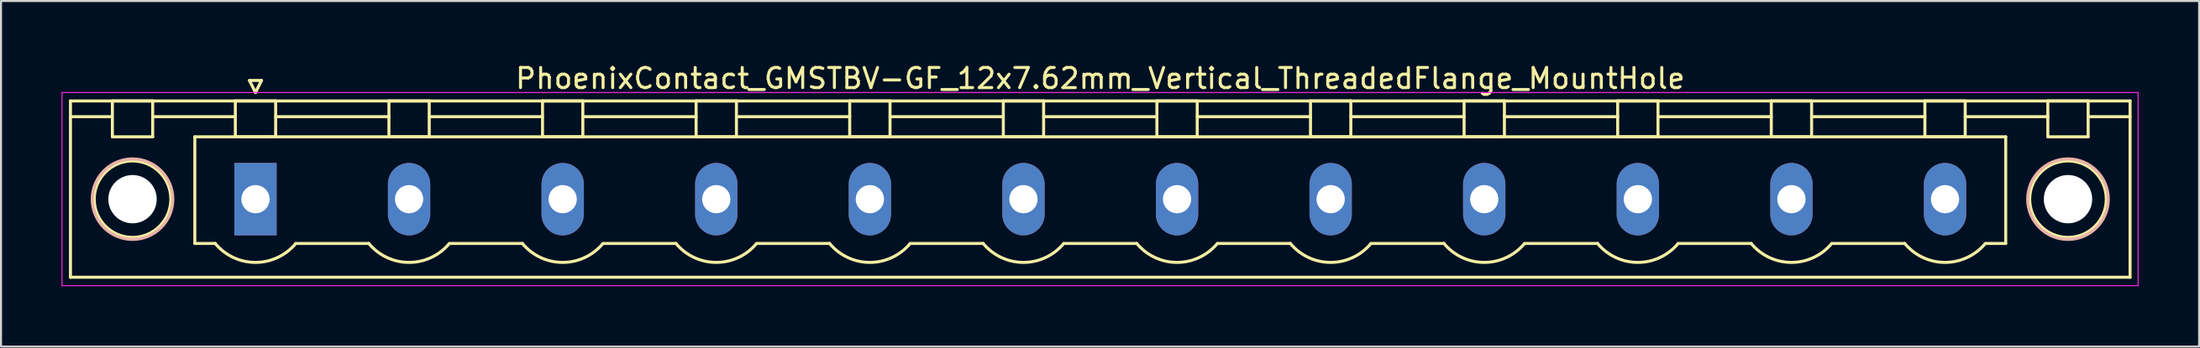
<source format=kicad_pcb>
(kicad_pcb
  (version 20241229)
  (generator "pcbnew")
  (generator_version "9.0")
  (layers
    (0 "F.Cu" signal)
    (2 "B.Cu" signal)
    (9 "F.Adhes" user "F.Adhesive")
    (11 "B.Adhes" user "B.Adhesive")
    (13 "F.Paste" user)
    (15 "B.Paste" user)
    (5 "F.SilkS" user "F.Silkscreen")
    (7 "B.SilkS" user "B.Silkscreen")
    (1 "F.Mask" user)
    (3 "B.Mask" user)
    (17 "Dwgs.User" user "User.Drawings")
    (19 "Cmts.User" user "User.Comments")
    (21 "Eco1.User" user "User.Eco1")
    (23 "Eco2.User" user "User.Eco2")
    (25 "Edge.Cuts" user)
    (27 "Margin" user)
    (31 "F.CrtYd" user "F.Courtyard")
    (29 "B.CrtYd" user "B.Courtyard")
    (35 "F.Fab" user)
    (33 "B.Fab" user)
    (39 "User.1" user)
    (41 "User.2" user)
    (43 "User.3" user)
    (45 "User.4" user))
  (footprint "PhoenixContact_GMSTBV-GF_12x7.62mm_Vertical_ThreadedFlange_MountHole"
    (layer "F.Cu")
    (at 9.625 6.848)
    (property "Reference" "PhoenixContact_GMSTBV-GF_12x7.62mm_Vertical_ThreadedFlange_MountHole" (at 41.91 -6 0) (layer "F.SilkS") (effects (font (size 1 1) (thickness 0.15))))
    (attr through_hole)
    (fp_line (start -9.18 -4.88) (end -9.18 3.88) (stroke (width 0.15) (type solid)) (layer "F.SilkS"))
    (fp_line (start -9.18 -4.1) (end -7.18 -4.1) (stroke (width 0.15) (type solid)) (layer "F.SilkS"))
    (fp_line (start -9.18 3.88) (end 93 3.88) (stroke (width 0.15) (type solid)) (layer "F.SilkS"))
    (fp_line (start -7.1 -4.88) (end -5.1 -4.88) (stroke (width 0.15) (type solid)) (layer "F.SilkS"))
    (fp_line (start -7.1 -3.1) (end -7.1 -4.88) (stroke (width 0.15) (type solid)) (layer "F.SilkS"))
    (fp_line (start -5.1 -4.88) (end -5.1 -3.1) (stroke (width 0.15) (type solid)) (layer "F.SilkS"))
    (fp_line (start -5.1 -4.1) (end -1 -4.1) (stroke (width 0.15) (type solid)) (layer "F.SilkS"))
    (fp_line (start -5.1 -3.1) (end -7.1 -3.1) (stroke (width 0.15) (type solid)) (layer "F.SilkS"))
    (fp_line (start -3.01 -3.1) (end 86.83 -3.1) (stroke (width 0.15) (type solid)) (layer "F.SilkS"))
    (fp_line (start -3.01 2.2) (end -3.01 -3.1) (stroke (width 0.15) (type solid)) (layer "F.SilkS"))
    (fp_line (start -2 2.2) (end -3.01 2.2) (stroke (width 0.15) (type solid)) (layer "F.SilkS"))
    (fp_line (start -1 -4.88) (end 1 -4.88) (stroke (width 0.15) (type solid)) (layer "F.SilkS"))
    (fp_line (start -1 -3.1) (end -1 -4.88) (stroke (width 0.15) (type solid)) (layer "F.SilkS"))
    (fp_line (start -0.3 -5.9) (end 0 -5.3) (stroke (width 0.15) (type solid)) (layer "F.SilkS"))
    (fp_line (start 0 -5.3) (end 0.3 -5.9) (stroke (width 0.15) (type solid)) (layer "F.SilkS"))
    (fp_line (start 0.3 -5.9) (end -0.3 -5.9) (stroke (width 0.15) (type solid)) (layer "F.SilkS"))
    (fp_line (start 1 -4.88) (end 1 -3.1) (stroke (width 0.15) (type solid)) (layer "F.SilkS"))
    (fp_line (start 1 -4.1) (end 6.62 -4.1) (stroke (width 0.15) (type solid)) (layer "F.SilkS"))
    (fp_line (start 1 -3.1) (end -1 -3.1) (stroke (width 0.15) (type solid)) (layer "F.SilkS"))
    (fp_line (start 2 2.2) (end 5.62 2.2) (stroke (width 0.15) (type solid)) (layer "F.SilkS"))
    (fp_line (start 6.62 -4.88) (end 8.62 -4.88) (stroke (width 0.15) (type solid)) (layer "F.SilkS"))
    (fp_line (start 6.62 -3.1) (end 6.62 -4.88) (stroke (width 0.15) (type solid)) (layer "F.SilkS"))
    (fp_line (start 8.62 -4.88) (end 8.62 -3.1) (stroke (width 0.15) (type solid)) (layer "F.SilkS"))
    (fp_line (start 8.62 -4.1) (end 14.24 -4.1) (stroke (width 0.15) (type solid)) (layer "F.SilkS"))
    (fp_line (start 8.62 -3.1) (end 6.62 -3.1) (stroke (width 0.15) (type solid)) (layer "F.SilkS"))
    (fp_line (start 9.62 2.2) (end 13.24 2.2) (stroke (width 0.15) (type solid)) (layer "F.SilkS"))
    (fp_line (start 14.24 -4.88) (end 16.24 -4.88) (stroke (width 0.15) (type solid)) (layer "F.SilkS"))
    (fp_line (start 14.24 -3.1) (end 14.24 -4.88) (stroke (width 0.15) (type solid)) (layer "F.SilkS"))
    (fp_line (start 16.24 -4.88) (end 16.24 -3.1) (stroke (width 0.15) (type solid)) (layer "F.SilkS"))
    (fp_line (start 16.24 -4.1) (end 21.86 -4.1) (stroke (width 0.15) (type solid)) (layer "F.SilkS"))
    (fp_line (start 16.24 -3.1) (end 14.24 -3.1) (stroke (width 0.15) (type solid)) (layer "F.SilkS"))
    (fp_line (start 17.24 2.2) (end 20.86 2.2) (stroke (width 0.15) (type solid)) (layer "F.SilkS"))
    (fp_line (start 21.86 -4.88) (end 23.86 -4.88) (stroke (width 0.15) (type solid)) (layer "F.SilkS"))
    (fp_line (start 21.86 -3.1) (end 21.86 -4.88) (stroke (width 0.15) (type solid)) (layer "F.SilkS"))
    (fp_line (start 23.86 -4.88) (end 23.86 -3.1) (stroke (width 0.15) (type solid)) (layer "F.SilkS"))
    (fp_line (start 23.86 -4.1) (end 29.48 -4.1) (stroke (width 0.15) (type solid)) (layer "F.SilkS"))
    (fp_line (start 23.86 -3.1) (end 21.86 -3.1) (stroke (width 0.15) (type solid)) (layer "F.SilkS"))
    (fp_line (start 24.86 2.2) (end 28.48 2.2) (stroke (width 0.15) (type solid)) (layer "F.SilkS"))
    (fp_line (start 29.48 -4.88) (end 31.48 -4.88) (stroke (width 0.15) (type solid)) (layer "F.SilkS"))
    (fp_line (start 29.48 -3.1) (end 29.48 -4.88) (stroke (width 0.15) (type solid)) (layer "F.SilkS"))
    (fp_line (start 31.48 -4.88) (end 31.48 -3.1) (stroke (width 0.15) (type solid)) (layer "F.SilkS"))
    (fp_line (start 31.48 -4.1) (end 37.1 -4.1) (stroke (width 0.15) (type solid)) (layer "F.SilkS"))
    (fp_line (start 31.48 -3.1) (end 29.48 -3.1) (stroke (width 0.15) (type solid)) (layer "F.SilkS"))
    (fp_line (start 32.48 2.2) (end 36.1 2.2) (stroke (width 0.15) (type solid)) (layer "F.SilkS"))
    (fp_line (start 37.1 -4.88) (end 39.1 -4.88) (stroke (width 0.15) (type solid)) (layer "F.SilkS"))
    (fp_line (start 37.1 -3.1) (end 37.1 -4.88) (stroke (width 0.15) (type solid)) (layer "F.SilkS"))
    (fp_line (start 39.1 -4.88) (end 39.1 -3.1) (stroke (width 0.15) (type solid)) (layer "F.SilkS"))
    (fp_line (start 39.1 -4.1) (end 44.72 -4.1) (stroke (width 0.15) (type solid)) (layer "F.SilkS"))
    (fp_line (start 39.1 -3.1) (end 37.1 -3.1) (stroke (width 0.15) (type solid)) (layer "F.SilkS"))
    (fp_line (start 40.1 2.2) (end 43.72 2.2) (stroke (width 0.15) (type solid)) (layer "F.SilkS"))
    (fp_line (start 44.72 -4.88) (end 46.72 -4.88) (stroke (width 0.15) (type solid)) (layer "F.SilkS"))
    (fp_line (start 44.72 -3.1) (end 44.72 -4.88) (stroke (width 0.15) (type solid)) (layer "F.SilkS"))
    (fp_line (start 46.72 -4.88) (end 46.72 -3.1) (stroke (width 0.15) (type solid)) (layer "F.SilkS"))
    (fp_line (start 46.72 -4.1) (end 52.34 -4.1) (stroke (width 0.15) (type solid)) (layer "F.SilkS"))
    (fp_line (start 46.72 -3.1) (end 44.72 -3.1) (stroke (width 0.15) (type solid)) (layer "F.SilkS"))
    (fp_line (start 47.72 2.2) (end 51.34 2.2) (stroke (width 0.15) (type solid)) (layer "F.SilkS"))
    (fp_line (start 52.34 -4.88) (end 54.34 -4.88) (stroke (width 0.15) (type solid)) (layer "F.SilkS"))
    (fp_line (start 52.34 -3.1) (end 52.34 -4.88) (stroke (width 0.15) (type solid)) (layer "F.SilkS"))
    (fp_line (start 54.34 -4.88) (end 54.34 -3.1) (stroke (width 0.15) (type solid)) (layer "F.SilkS"))
    (fp_line (start 54.34 -4.1) (end 59.96 -4.1) (stroke (width 0.15) (type solid)) (layer "F.SilkS"))
    (fp_line (start 54.34 -3.1) (end 52.34 -3.1) (stroke (width 0.15) (type solid)) (layer "F.SilkS"))
    (fp_line (start 55.34 2.2) (end 58.96 2.2) (stroke (width 0.15) (type solid)) (layer "F.SilkS"))
    (fp_line (start 59.96 -4.88) (end 61.96 -4.88) (stroke (width 0.15) (type solid)) (layer "F.SilkS"))
    (fp_line (start 59.96 -3.1) (end 59.96 -4.88) (stroke (width 0.15) (type solid)) (layer "F.SilkS"))
    (fp_line (start 61.96 -4.88) (end 61.96 -3.1) (stroke (width 0.15) (type solid)) (layer "F.SilkS"))
    (fp_line (start 61.96 -4.1) (end 67.58 -4.1) (stroke (width 0.15) (type solid)) (layer "F.SilkS"))
    (fp_line (start 61.96 -3.1) (end 59.96 -3.1) (stroke (width 0.15) (type solid)) (layer "F.SilkS"))
    (fp_line (start 62.96 2.2) (end 66.58 2.2) (stroke (width 0.15) (type solid)) (layer "F.SilkS"))
    (fp_line (start 67.58 -4.88) (end 69.58 -4.88) (stroke (width 0.15) (type solid)) (layer "F.SilkS"))
    (fp_line (start 67.58 -3.1) (end 67.58 -4.88) (stroke (width 0.15) (type solid)) (layer "F.SilkS"))
    (fp_line (start 69.58 -4.88) (end 69.58 -3.1) (stroke (width 0.15) (type solid)) (layer "F.SilkS"))
    (fp_line (start 69.58 -4.1) (end 75.2 -4.1) (stroke (width 0.15) (type solid)) (layer "F.SilkS"))
    (fp_line (start 69.58 -3.1) (end 67.58 -3.1) (stroke (width 0.15) (type solid)) (layer "F.SilkS"))
    (fp_line (start 70.58 2.2) (end 74.2 2.2) (stroke (width 0.15) (type solid)) (layer "F.SilkS"))
    (fp_line (start 75.2 -4.88) (end 77.2 -4.88) (stroke (width 0.15) (type solid)) (layer "F.SilkS"))
    (fp_line (start 75.2 -3.1) (end 75.2 -4.88) (stroke (width 0.15) (type solid)) (layer "F.SilkS"))
    (fp_line (start 77.2 -4.88) (end 77.2 -3.1) (stroke (width 0.15) (type solid)) (layer "F.SilkS"))
    (fp_line (start 77.2 -4.1) (end 82.82 -4.1) (stroke (width 0.15) (type solid)) (layer "F.SilkS"))
    (fp_line (start 77.2 -3.1) (end 75.2 -3.1) (stroke (width 0.15) (type solid)) (layer "F.SilkS"))
    (fp_line (start 78.2 2.2) (end 81.82 2.2) (stroke (width 0.15) (type solid)) (layer "F.SilkS"))
    (fp_line (start 82.82 -4.88) (end 84.82 -4.88) (stroke (width 0.15) (type solid)) (layer "F.SilkS"))
    (fp_line (start 82.82 -3.1) (end 82.82 -4.88) (stroke (width 0.15) (type solid)) (layer "F.SilkS"))
    (fp_line (start 84.82 -4.88) (end 84.82 -3.1) (stroke (width 0.15) (type solid)) (layer "F.SilkS"))
    (fp_line (start 84.82 -4.1) (end 88.92 -4.1) (stroke (width 0.15) (type solid)) (layer "F.SilkS"))
    (fp_line (start 84.82 -3.1) (end 82.82 -3.1) (stroke (width 0.15) (type solid)) (layer "F.SilkS"))
    (fp_line (start 86.83 -3.1) (end 86.83 2.2) (stroke (width 0.15) (type solid)) (layer "F.SilkS"))
    (fp_line (start 86.83 2.2) (end 85.82 2.2) (stroke (width 0.15) (type solid)) (layer "F.SilkS"))
    (fp_line (start 88.92 -4.88) (end 90.92 -4.88) (stroke (width 0.15) (type solid)) (layer "F.SilkS"))
    (fp_line (start 88.92 -3.1) (end 88.92 -4.88) (stroke (width 0.15) (type solid)) (layer "F.SilkS"))
    (fp_line (start 90.92 -4.88) (end 90.92 -3.1) (stroke (width 0.15) (type solid)) (layer "F.SilkS"))
    (fp_line (start 90.92 -3.1) (end 88.92 -3.1) (stroke (width 0.15) (type solid)) (layer "F.SilkS"))
    (fp_line (start 93 -4.88) (end -9.18 -4.88) (stroke (width 0.15) (type solid)) (layer "F.SilkS"))
    (fp_line (start 93 -4.1) (end 91 -4.1) (stroke (width 0.15) (type solid)) (layer "F.SilkS"))
    (fp_line (start 93 3.88) (end 93 -4.88) (stroke (width 0.15) (type solid)) (layer "F.SilkS"))
    (fp_arc (start 1.986842 2.215821) (mid -0.010289 3.142758) (end -2 2.2) (stroke (width 0.15) (type solid)) (layer "F.SilkS"))
    (fp_arc (start 9.606842 2.215821) (mid 7.609711 3.142758) (end 5.62 2.2) (stroke (width 0.15) (type solid)) (layer "F.SilkS"))
    (fp_arc (start 17.226842 2.215821) (mid 15.229711 3.142758) (end 13.24 2.2) (stroke (width 0.15) (type solid)) (layer "F.SilkS"))
    (fp_arc (start 24.846842 2.215821) (mid 22.849711 3.142758) (end 20.86 2.2) (stroke (width 0.15) (type solid)) (layer "F.SilkS"))
    (fp_arc (start 32.466842 2.215821) (mid 30.469711 3.142758) (end 28.48 2.2) (stroke (width 0.15) (type solid)) (layer "F.SilkS"))
    (fp_arc (start 40.086842 2.215821) (mid 38.089711 3.142758) (end 36.1 2.2) (stroke (width 0.15) (type solid)) (layer "F.SilkS"))
    (fp_arc (start 47.706842 2.215821) (mid 45.709711 3.142758) (end 43.72 2.2) (stroke (width 0.15) (type solid)) (layer "F.SilkS"))
    (fp_arc (start 55.326842 2.215821) (mid 53.329711 3.142758) (end 51.34 2.2) (stroke (width 0.15) (type solid)) (layer "F.SilkS"))
    (fp_arc (start 62.946842 2.215821) (mid 60.949711 3.142758) (end 58.96 2.2) (stroke (width 0.15) (type solid)) (layer "F.SilkS"))
    (fp_arc (start 70.566842 2.215821) (mid 68.569711 3.142758) (end 66.58 2.2) (stroke (width 0.15) (type solid)) (layer "F.SilkS"))
    (fp_arc (start 78.186842 2.215821) (mid 76.189711 3.142758) (end 74.2 2.2) (stroke (width 0.15) (type solid)) (layer "F.SilkS"))
    (fp_arc (start 85.806842 2.215821) (mid 83.809711 3.142758) (end 81.82 2.2) (stroke (width 0.15) (type solid)) (layer "F.SilkS"))
    (fp_circle (center -6.1 0) (end -4.2 0) (stroke (width 0.15) (type solid)) (fill no) (layer "F.SilkS"))
    (fp_circle (center 89.92 0) (end 91.82 0) (stroke (width 0.15) (type solid)) (fill no) (layer "F.SilkS"))
    (fp_circle (center -6.1 0) (end -4.1 0) (stroke (width 0.15) (type solid)) (fill no) (layer "B.SilkS"))
    (fp_circle (center 89.92 0) (end 91.92 0) (stroke (width 0.15) (type solid)) (fill no) (layer "B.SilkS"))
    (fp_line (start -9.6 -5.3) (end -9.6 4.3) (stroke (width 0.05) (type solid)) (layer "F.CrtYd"))
    (fp_line (start -9.6 4.3) (end 93.4 4.3) (stroke (width 0.05) (type solid)) (layer "F.CrtYd"))
    (fp_line (start 93.4 -5.3) (end -9.6 -5.3) (stroke (width 0.05) (type solid)) (layer "F.CrtYd"))
    (fp_line (start 93.4 4.3) (end 93.4 -5.3) (stroke (width 0.05) (type solid)) (layer "F.CrtYd"))
    (pad "" np_thru_hole circle (at -6.1 0) (size 2.4 2.4) (drill 2.4) (layers "*.Cu" "*.Mask"))
    (pad "" np_thru_hole circle (at 89.92 0) (size 2.4 2.4) (drill 2.4) (layers "*.Cu" "*.Mask"))
    (pad "1" thru_hole rect (at 0 0) (size 2.1 3.6) (drill 1.4) (layers "*.Cu" "*.Mask"))
    (pad "2" thru_hole oval (at 7.62 0) (size 2.1 3.6) (drill 1.4) (layers "*.Cu" "*.Mask"))
    (pad "3" thru_hole oval (at 15.24 0) (size 2.1 3.6) (drill 1.4) (layers "*.Cu" "*.Mask"))
    (pad "4" thru_hole oval (at 22.86 0) (size 2.1 3.6) (drill 1.4) (layers "*.Cu" "*.Mask"))
    (pad "5" thru_hole oval (at 30.48 0) (size 2.1 3.6) (drill 1.4) (layers "*.Cu" "*.Mask"))
    (pad "6" thru_hole oval (at 38.1 0) (size 2.1 3.6) (drill 1.4) (layers "*.Cu" "*.Mask"))
    (pad "7" thru_hole oval (at 45.72 0) (size 2.1 3.6) (drill 1.4) (layers "*.Cu" "*.Mask"))
    (pad "8" thru_hole oval (at 53.34 0) (size 2.1 3.6) (drill 1.4) (layers "*.Cu" "*.Mask"))
    (pad "9" thru_hole oval (at 60.96 0) (size 2.1 3.6) (drill 1.4) (layers "*.Cu" "*.Mask"))
    (pad "10" thru_hole oval (at 68.58 0) (size 2.1 3.6) (drill 1.4) (layers "*.Cu" "*.Mask"))
    (pad "11" thru_hole oval (at 76.2 0) (size 2.1 3.6) (drill 1.4) (layers "*.Cu" "*.Mask"))
    (pad "12" thru_hole oval (at 83.82 0) (size 2.1 3.6) (drill 1.4) (layers "*.Cu" "*.Mask")))
  (gr_rect
    (start -3 -3)
    (end 106.05 14.173)
    (stroke (width 0.1) (type default))
    (fill no)
    (layer "Edge.Cuts")))
</source>
